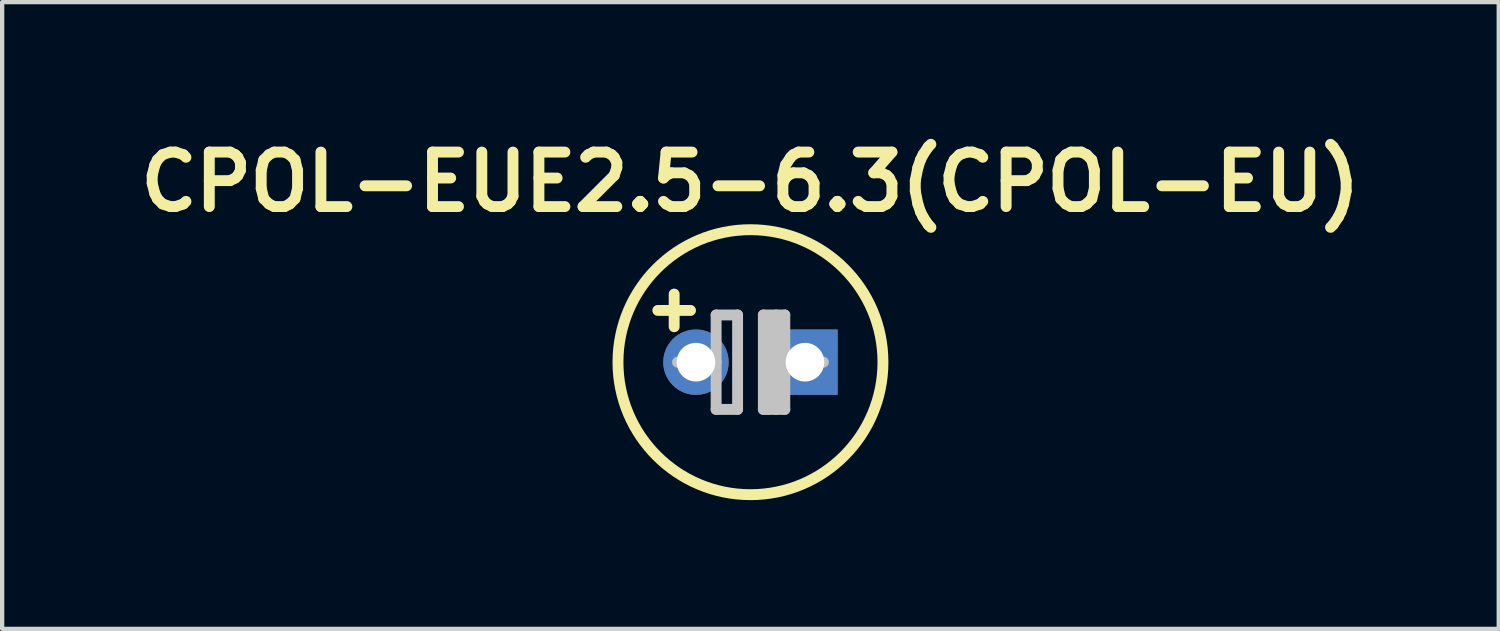
<source format=kicad_pcb>
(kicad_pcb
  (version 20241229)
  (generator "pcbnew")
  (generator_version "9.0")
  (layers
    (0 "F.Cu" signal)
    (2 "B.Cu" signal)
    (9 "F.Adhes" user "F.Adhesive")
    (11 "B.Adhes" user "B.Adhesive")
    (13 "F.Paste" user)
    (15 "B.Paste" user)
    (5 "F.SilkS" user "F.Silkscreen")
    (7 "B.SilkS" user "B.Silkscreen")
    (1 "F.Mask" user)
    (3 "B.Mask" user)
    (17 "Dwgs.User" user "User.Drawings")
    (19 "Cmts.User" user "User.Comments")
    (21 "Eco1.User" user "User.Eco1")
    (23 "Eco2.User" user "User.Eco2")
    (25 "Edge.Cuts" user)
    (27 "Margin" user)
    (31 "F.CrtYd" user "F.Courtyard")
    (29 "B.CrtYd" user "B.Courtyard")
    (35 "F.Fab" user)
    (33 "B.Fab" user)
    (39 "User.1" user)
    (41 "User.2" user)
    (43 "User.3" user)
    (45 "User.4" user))
  (footprint "CPOL-EUE2.5-6.3(CPOL-EU)"
    (layer "F.Cu")
    (at 14.436 5.389)
    (property "Reference" "CPOL-EUE2.5-6.3(CPOL-EU)" (at 0 -4.2 0) (layer "F.SilkS") (effects (font (size 1.27 1.27) (thickness 0.254))))
    (attr through_hole)
    (fp_line (start -2.159 -1.206) (end -1.397 -1.206) (stroke (width 0.254) (type solid)) (layer "F.SilkS"))
    (fp_line (start -1.778 -1.587) (end -1.778 -0.826) (stroke (width 0.254) (type solid)) (layer "F.SilkS"))
    (fp_circle (center 0 0) (end 2.84 1.21) (stroke (width 0.254) (type solid)) (fill no) (layer "F.SilkS"))
    (fp_line (start -0.8 -1.1) (end -0.8 1.1) (stroke (width 0.254) (type solid)) (layer "Dwgs.User"))
    (fp_line (start -0.8 -1.1) (end -0.3 -1.1) (stroke (width 0.254) (type solid)) (layer "Dwgs.User"))
    (fp_line (start -0.8 0) (end -1.7 0) (stroke (width 0.254) (type solid)) (layer "Dwgs.User"))
    (fp_line (start -0.8 1.1) (end -0.3 1.1) (stroke (width 0.254) (type solid)) (layer "Dwgs.User"))
    (fp_line (start -0.3 -1.1) (end -0.3 1.1) (stroke (width 0.254) (type solid)) (layer "Dwgs.User"))
    (fp_line (start 0.3 -1.1) (end 0.3 1.1) (stroke (width 0.254) (type solid)) (layer "Dwgs.User"))
    (fp_line (start 0.3 -1.1) (end 0.8 -1.1) (stroke (width 0.254) (type solid)) (layer "Dwgs.User"))
    (fp_line (start 0.3 1.1) (end 0.8 1.1) (stroke (width 0.254) (type solid)) (layer "Dwgs.User"))
    (fp_line (start 0.4 -1) (end 0.4 1.1) (stroke (width 0.254) (type solid)) (layer "Dwgs.User"))
    (fp_line (start 0.6 -1.1) (end 0.6 1.1) (stroke (width 0.254) (type solid)) (layer "Dwgs.User"))
    (fp_line (start 0.8 -1.1) (end 0.8 1.1) (stroke (width 0.254) (type solid)) (layer "Dwgs.User"))
    (fp_line (start 1.7 0) (end 0.8 0) (stroke (width 0.254) (type solid)) (layer "Dwgs.User"))
    (pad "1" thru_hole circle (at -1.27 0) (size 1.524 1.524) (drill 0.9) (layers "*.Cu" "*.Mask"))
    (pad "2" thru_hole rect (at 1.27 0) (size 1.524 1.524) (drill 0.9) (layers "*.Cu" "*.Mask")))
  (gr_rect
    (start -3 -3)
    (end 31.871 11.603)
    (stroke (width 0.1) (type default))
    (fill no)
    (layer "Edge.Cuts")))
</source>
